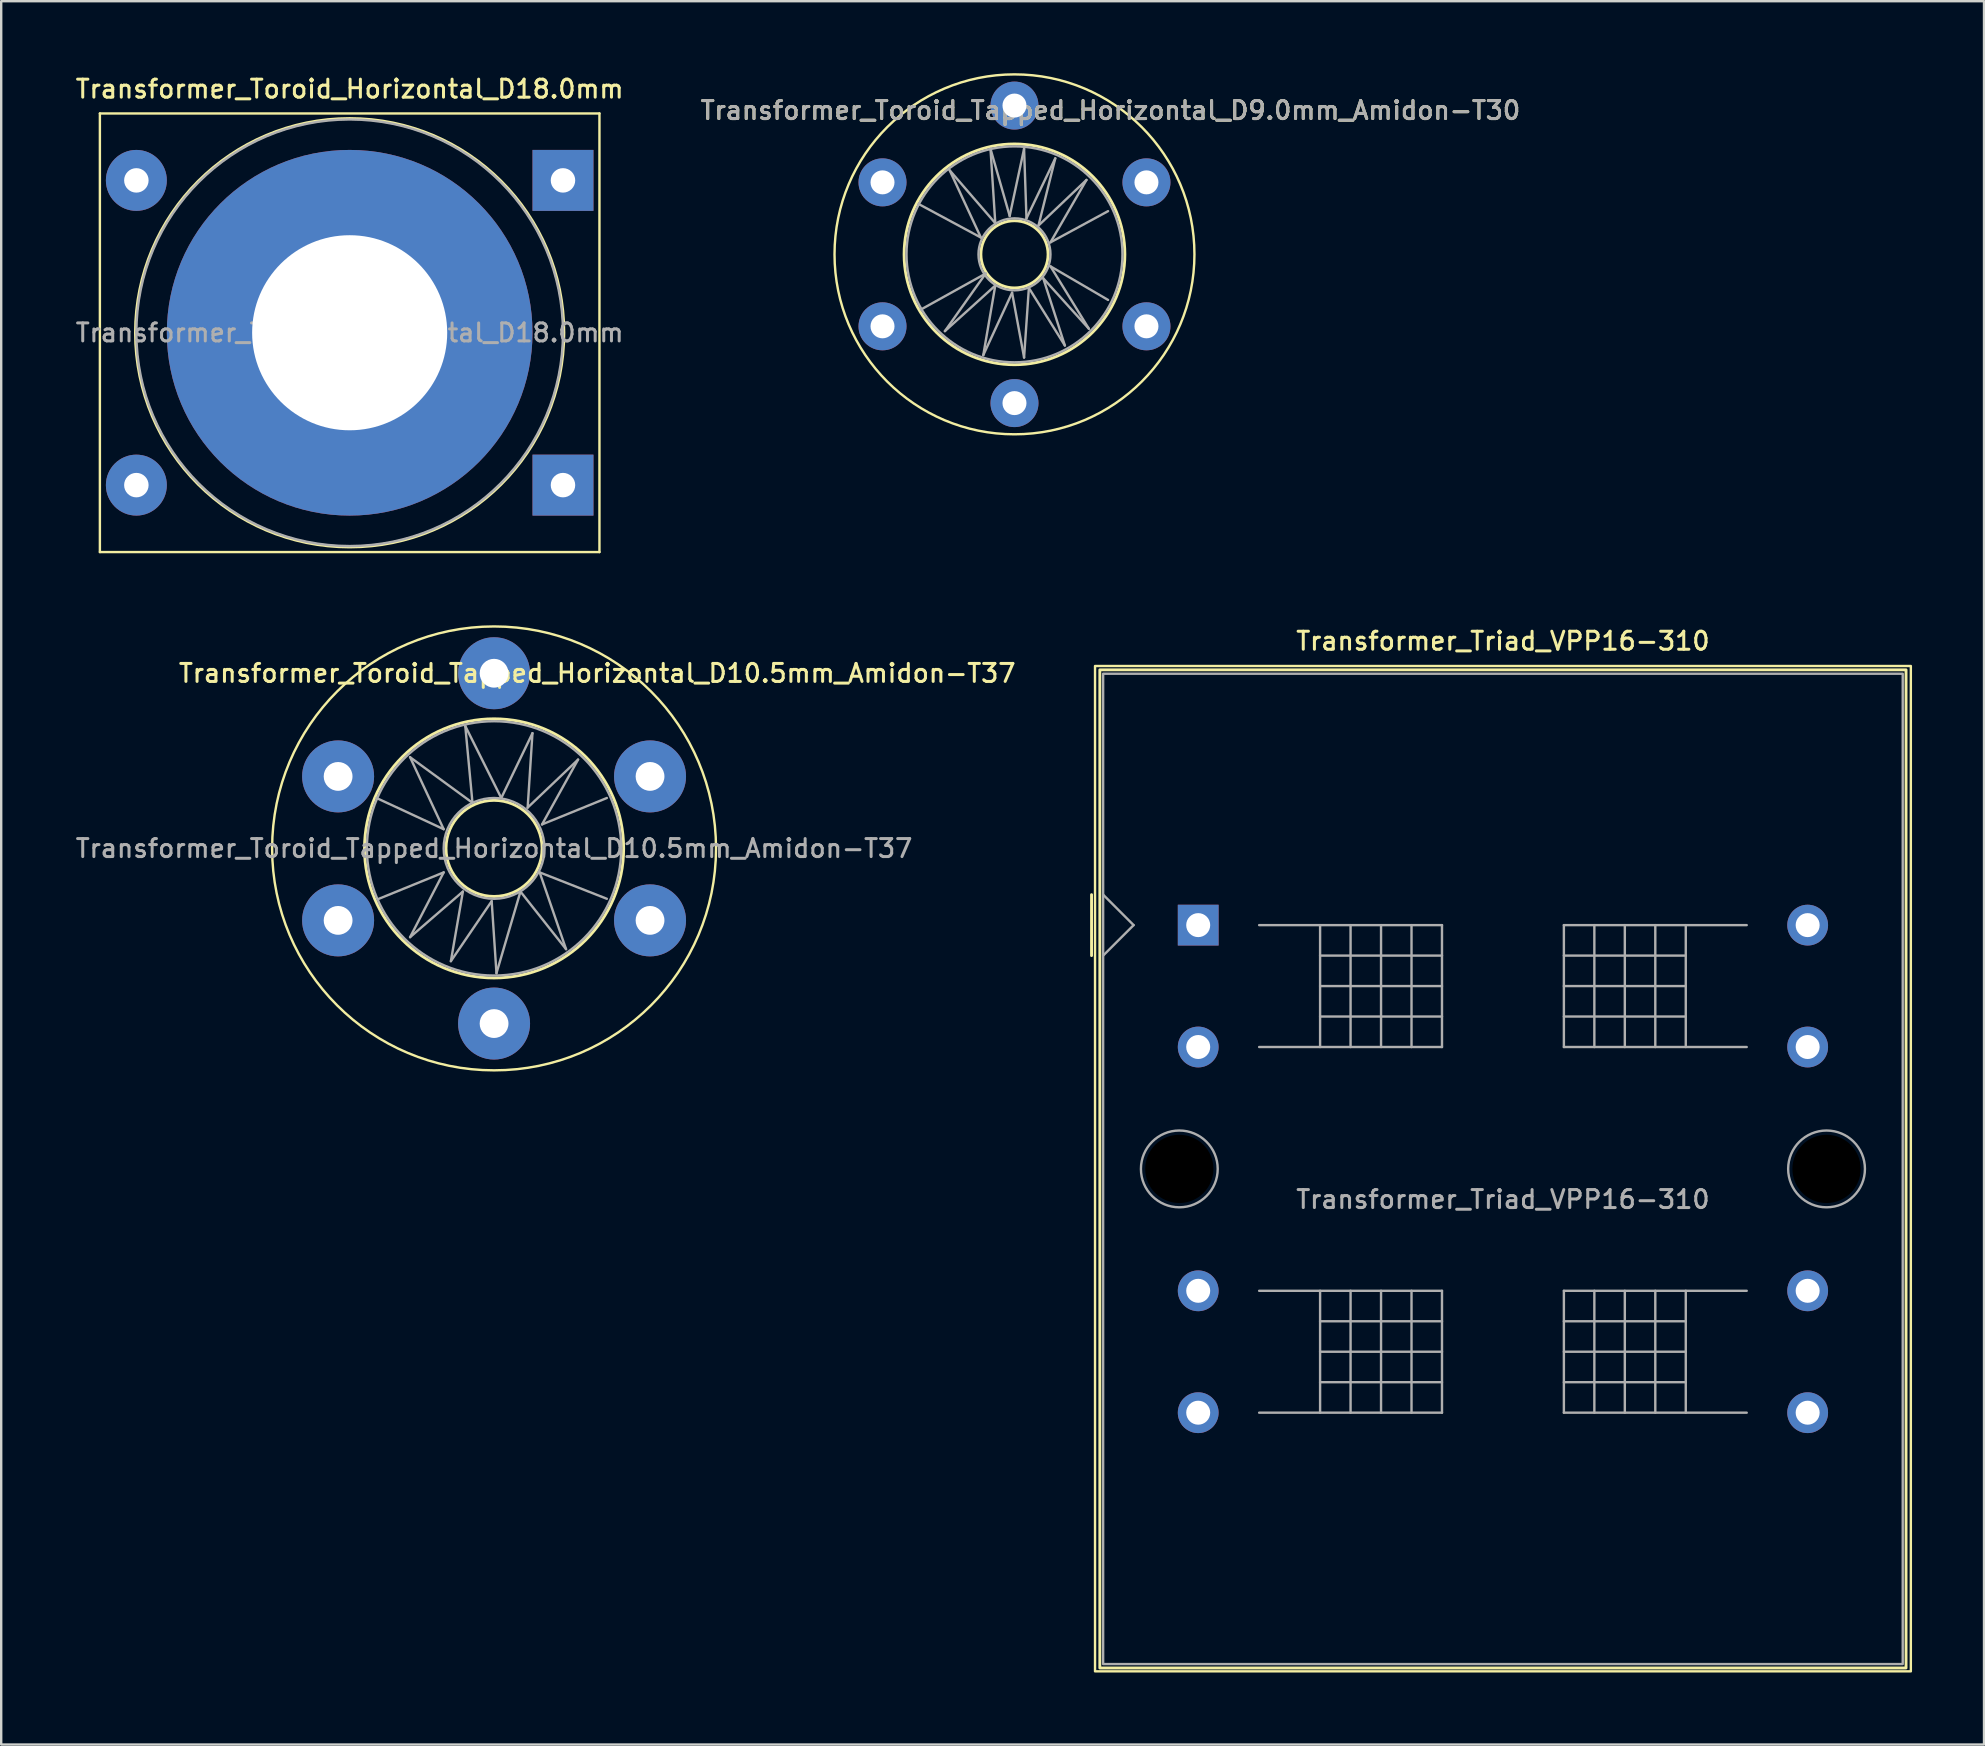
<source format=kicad_pcb>
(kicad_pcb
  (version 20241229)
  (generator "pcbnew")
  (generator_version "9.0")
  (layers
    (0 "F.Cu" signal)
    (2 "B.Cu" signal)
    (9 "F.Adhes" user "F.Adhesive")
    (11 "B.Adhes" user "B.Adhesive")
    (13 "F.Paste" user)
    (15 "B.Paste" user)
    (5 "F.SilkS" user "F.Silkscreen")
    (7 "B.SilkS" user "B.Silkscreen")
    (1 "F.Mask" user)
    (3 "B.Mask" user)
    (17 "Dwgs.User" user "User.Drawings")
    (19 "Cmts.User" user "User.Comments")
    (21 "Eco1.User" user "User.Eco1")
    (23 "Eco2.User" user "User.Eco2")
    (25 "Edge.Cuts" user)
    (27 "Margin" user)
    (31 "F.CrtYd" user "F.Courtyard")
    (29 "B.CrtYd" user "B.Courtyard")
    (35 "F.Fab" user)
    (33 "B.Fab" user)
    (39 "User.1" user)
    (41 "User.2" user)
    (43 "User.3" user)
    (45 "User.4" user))
  (footprint "Transformer_Triad_VPP16-310"
    (layer "F.Cu")
    (at 46.887 35.506)
    (property "Reference" "Transformer_Triad_VPP16-310" (at 12.7 -11.84 0) (unlocked yes) (layer "F.SilkS") (effects (font (size 0.75 0.75) (thickness 0.125))))
    (attr through_hole)
    (fp_line (start -4.445 -1.27) (end -4.445 1.27) (stroke (width 0.12) (type default)) (layer "F.SilkS"))
    (fp_rect (start -4.3 -10.8) (end 29.7 31.1) (stroke (width 0.1) (type default)) (fill no) (layer "F.SilkS"))
    (fp_rect (start -4.1 -10.64) (end 29.5 30.96) (stroke (width 0.12) (type default)) (fill no) (layer "F.SilkS"))
    (fp_line (start -3.962 1.27) (end -2.692 0) (stroke (width 0.1) (type default)) (layer "F.Fab"))
    (fp_line (start -2.692 0) (end -3.962 -1.27) (stroke (width 0.1) (type default)) (layer "F.Fab"))
    (fp_line (start 2.54 0) (end 10.16 0) (stroke (width 0.1) (type default)) (layer "F.Fab"))
    (fp_line (start 2.54 5.08) (end 10.16 5.08) (stroke (width 0.1) (type default)) (layer "F.Fab"))
    (fp_line (start 2.54 15.24) (end 10.16 15.24) (stroke (width 0.1) (type default)) (layer "F.Fab"))
    (fp_line (start 2.54 20.32) (end 10.16 20.32) (stroke (width 0.1) (type default)) (layer "F.Fab"))
    (fp_line (start 5.08 0) (end 5.08 5.08) (stroke (width 0.1) (type default)) (layer "F.Fab"))
    (fp_line (start 5.08 1.27) (end 10.16 1.27) (stroke (width 0.1) (type default)) (layer "F.Fab"))
    (fp_line (start 5.08 2.54) (end 10.16 2.54) (stroke (width 0.1) (type default)) (layer "F.Fab"))
    (fp_line (start 5.08 3.81) (end 10.16 3.81) (stroke (width 0.1) (type default)) (layer "F.Fab"))
    (fp_line (start 5.08 15.24) (end 5.08 20.32) (stroke (width 0.1) (type default)) (layer "F.Fab"))
    (fp_line (start 5.08 16.51) (end 10.16 16.51) (stroke (width 0.1) (type default)) (layer "F.Fab"))
    (fp_line (start 5.08 17.78) (end 10.16 17.78) (stroke (width 0.1) (type default)) (layer "F.Fab"))
    (fp_line (start 5.08 19.05) (end 10.16 19.05) (stroke (width 0.1) (type default)) (layer "F.Fab"))
    (fp_line (start 6.35 0) (end 6.35 5.08) (stroke (width 0.1) (type default)) (layer "F.Fab"))
    (fp_line (start 6.35 15.24) (end 6.35 20.32) (stroke (width 0.1) (type default)) (layer "F.Fab"))
    (fp_line (start 7.62 5.08) (end 7.62 0) (stroke (width 0.1) (type default)) (layer "F.Fab"))
    (fp_line (start 7.62 20.32) (end 7.62 15.24) (stroke (width 0.1) (type default)) (layer "F.Fab"))
    (fp_line (start 8.89 5.08) (end 8.89 0) (stroke (width 0.1) (type default)) (layer "F.Fab"))
    (fp_line (start 8.89 20.32) (end 8.89 15.24) (stroke (width 0.1) (type default)) (layer "F.Fab"))
    (fp_line (start 10.16 5.08) (end 10.16 0) (stroke (width 0.1) (type default)) (layer "F.Fab"))
    (fp_line (start 10.16 20.32) (end 10.16 15.24) (stroke (width 0.1) (type default)) (layer "F.Fab"))
    (fp_line (start 15.24 0) (end 15.24 5.08) (stroke (width 0.1) (type default)) (layer "F.Fab"))
    (fp_line (start 15.24 15.24) (end 15.24 20.32) (stroke (width 0.1) (type default)) (layer "F.Fab"))
    (fp_line (start 16.51 0) (end 16.51 5.08) (stroke (width 0.1) (type default)) (layer "F.Fab"))
    (fp_line (start 16.51 15.24) (end 16.51 20.32) (stroke (width 0.1) (type default)) (layer "F.Fab"))
    (fp_line (start 17.78 0) (end 17.78 5.08) (stroke (width 0.1) (type default)) (layer "F.Fab"))
    (fp_line (start 17.78 15.24) (end 17.78 20.32) (stroke (width 0.1) (type default)) (layer "F.Fab"))
    (fp_line (start 19.05 5.08) (end 19.05 0) (stroke (width 0.1) (type default)) (layer "F.Fab"))
    (fp_line (start 19.05 20.32) (end 19.05 15.24) (stroke (width 0.1) (type default)) (layer "F.Fab"))
    (fp_line (start 20.32 1.27) (end 15.24 1.27) (stroke (width 0.1) (type default)) (layer "F.Fab"))
    (fp_line (start 20.32 2.54) (end 15.24 2.54) (stroke (width 0.1) (type default)) (layer "F.Fab"))
    (fp_line (start 20.32 3.81) (end 15.24 3.81) (stroke (width 0.1) (type default)) (layer "F.Fab"))
    (fp_line (start 20.32 5.08) (end 20.32 0) (stroke (width 0.1) (type default)) (layer "F.Fab"))
    (fp_line (start 20.32 16.51) (end 15.24 16.51) (stroke (width 0.1) (type default)) (layer "F.Fab"))
    (fp_line (start 20.32 17.78) (end 15.24 17.78) (stroke (width 0.1) (type default)) (layer "F.Fab"))
    (fp_line (start 20.32 19.05) (end 15.24 19.05) (stroke (width 0.1) (type default)) (layer "F.Fab"))
    (fp_line (start 20.32 20.32) (end 20.32 15.24) (stroke (width 0.1) (type default)) (layer "F.Fab"))
    (fp_line (start 22.86 0) (end 15.24 0) (stroke (width 0.1) (type default)) (layer "F.Fab"))
    (fp_line (start 22.86 5.08) (end 15.24 5.08) (stroke (width 0.1) (type default)) (layer "F.Fab"))
    (fp_line (start 22.86 15.24) (end 15.24 15.24) (stroke (width 0.1) (type default)) (layer "F.Fab"))
    (fp_line (start 22.86 20.32) (end 15.24 20.32) (stroke (width 0.1) (type default)) (layer "F.Fab"))
    (fp_rect (start -3.962 -10.477) (end 29.362 30.797) (stroke (width 0.1) (type default)) (fill no) (layer "F.Fab"))
    (fp_circle (center -0.787 10.16) (end 0.813 10.16) (stroke (width 0.1) (type default)) (fill no) (layer "F.Fab"))
    (fp_circle (center 26.187 10.16) (end 27.787 10.16) (stroke (width 0.1) (type default)) (fill no) (layer "F.Fab"))
    (fp_text user "${REFERENCE}" (at 12.7 11.43 0) (unlocked yes) (layer "F.Fab") (effects (font (size 0.75 0.75) (thickness 0.125))))
    (pad "" np_thru_hole circle (at -0.787 10.16) (size 2.845 2.845) (drill 2.845) (layers "*.Mask"))
    (pad "" np_thru_hole circle (at 26.187 10.16) (size 2.845 2.845) (drill 2.845) (layers "*.Mask"))
    (pad "1" thru_hole rect (at 0 0) (size 1.7 1.7) (drill 1) (layers "*.Cu" "*.Mask"))
    (pad "3" thru_hole circle (at 0 5.08) (size 1.7 1.7) (drill 1) (layers "*.Cu" "*.Mask"))
    (pad "4" thru_hole circle (at 0 15.24) (size 1.7 1.7) (drill 1) (layers "*.Cu" "*.Mask"))
    (pad "6" thru_hole circle (at 0 20.32) (size 1.7 1.7) (drill 1) (layers "*.Cu" "*.Mask"))
    (pad "7" thru_hole circle (at 25.4 0) (size 1.7 1.7) (drill 1) (layers "*.Cu" "*.Mask"))
    (pad "9" thru_hole circle (at 25.4 5.08) (size 1.7 1.7) (drill 1) (layers "*.Cu" "*.Mask"))
    (pad "10" thru_hole circle (at 25.4 15.24) (size 1.7 1.7) (drill 1) (layers "*.Cu" "*.Mask"))
    (pad "12" thru_hole circle (at 25.4 20.32) (size 1.7 1.7) (drill 1) (layers "*.Cu" "*.Mask")))
  (footprint "Transformer_Toroid_Tapped_Horizontal_D10.5mm_Amidon-T37"
    (layer "F.Cu")
    (at 11.041 35.308)
    (property "Reference" "Transformer_Toroid_Tapped_Horizontal_D10.5mm_Amidon-T37" (at 10.8 -10.3 0) (layer "F.SilkS") (effects (font (size 0.75 0.75) (thickness 0.125))))
    (attr through_hole)
    (fp_circle (center 6.5 -3) (end 6.5 -12.25) (stroke (width 0.1) (type solid)) (fill no) (layer "F.SilkS"))
    (fp_circle (center 6.5 -3) (end 8.5 -3.1) (stroke (width 0.12) (type solid)) (fill no) (layer "F.SilkS"))
    (fp_circle (center 6.5 -3) (end 11.9 -3) (stroke (width 0.12) (type solid)) (fill no) (layer "F.SilkS"))
    (fp_line (start 1.6 -5.1) (end 4.4 -3.8) (stroke (width 0.1) (type solid)) (layer "F.Fab"))
    (fp_line (start 1.7 -0.9) (end 4.4 -2) (stroke (width 0.1) (type solid)) (layer "F.Fab"))
    (fp_line (start 3 -6.8) (end 5.6 -4.9) (stroke (width 0.1) (type solid)) (layer "F.Fab"))
    (fp_line (start 3 0.7) (end 5.2 -1.2) (stroke (width 0.1) (type solid)) (layer "F.Fab"))
    (fp_line (start 4.4 -3.8) (end 3 -6.8) (stroke (width 0.1) (type solid)) (layer "F.Fab"))
    (fp_line (start 4.4 -2) (end 3 0.7) (stroke (width 0.1) (type solid)) (layer "F.Fab"))
    (fp_line (start 4.7 1.7) (end 6.4 -0.8) (stroke (width 0.1) (type solid)) (layer "F.Fab"))
    (fp_line (start 5.2 -1.2) (end 4.7 1.7) (stroke (width 0.1) (type solid)) (layer "F.Fab"))
    (fp_line (start 5.3 -8.1) (end 6.8 -5.1) (stroke (width 0.1) (type solid)) (layer "F.Fab"))
    (fp_line (start 5.6 -4.9) (end 5.3 -8.1) (stroke (width 0.1) (type solid)) (layer "F.Fab"))
    (fp_line (start 6.4 -0.8) (end 6.6 2.2) (stroke (width 0.1) (type solid)) (layer "F.Fab"))
    (fp_line (start 6.6 2.2) (end 7.6 -1.2) (stroke (width 0.1) (type solid)) (layer "F.Fab"))
    (fp_line (start 6.8 -5.1) (end 8.1 -7.8) (stroke (width 0.1) (type solid)) (layer "F.Fab"))
    (fp_line (start 7.6 -1.2) (end 9.5 1.2) (stroke (width 0.1) (type solid)) (layer "F.Fab"))
    (fp_line (start 7.9 -4.7) (end 10 -6.7) (stroke (width 0.1) (type solid)) (layer "F.Fab"))
    (fp_line (start 8.1 -7.8) (end 7.9 -4.7) (stroke (width 0.1) (type solid)) (layer "F.Fab"))
    (fp_line (start 8.4 -2) (end 11.2 -0.9) (stroke (width 0.1) (type solid)) (layer "F.Fab"))
    (fp_line (start 8.5 -4) (end 11.2 -5.1) (stroke (width 0.1) (type solid)) (layer "F.Fab"))
    (fp_line (start 9.5 1.2) (end 8.4 -2) (stroke (width 0.1) (type solid)) (layer "F.Fab"))
    (fp_line (start 10 -6.7) (end 8.5 -4) (stroke (width 0.1) (type solid)) (layer "F.Fab"))
    (fp_circle (center 6.5 -3) (end 8.6 -3) (stroke (width 0.1) (type solid)) (fill no) (layer "F.Fab"))
    (fp_circle (center 6.5 -3) (end 11.8 -3) (stroke (width 0.1) (type solid)) (fill no) (layer "F.Fab"))
    (fp_text user "${REFERENCE}" (at 6.5 -3 0) (layer "F.Fab") (effects (font (size 0.75 0.75) (thickness 0.125))))
    (pad "1" thru_hole circle (at 0 0) (size 3 3) (drill 1.2) (layers "*.Cu" "*.Mask"))
    (pad "2" thru_hole circle (at 6.5 4.3) (size 3 3) (drill 1.2) (layers "*.Cu" "*.Mask"))
    (pad "3" thru_hole circle (at 13 0) (size 3 3) (drill 1.2) (layers "*.Cu" "*.Mask"))
    (pad "4" thru_hole circle (at 0 -6) (size 3 3) (drill 1.2) (layers "*.Cu" "*.Mask"))
    (pad "5" thru_hole circle (at 6.5 -10.3) (size 3 3) (drill 1.2) (layers "*.Cu" "*.Mask"))
    (pad "6" thru_hole circle (at 13 -6) (size 3 3) (drill 1.2) (layers "*.Cu" "*.Mask")))
  (footprint "Transformer_Toroid_Tapped_Horizontal_D9.0mm_Amidon-T30"
    (layer "F.Cu")
    (at 33.73 10.55)
    (property "Reference" "Transformer_Toroid_Tapped_Horizontal_D9.0mm_Amidon-T30" (at 9.5 -9 0) (layer "F.SilkS") (effects (font (size 0.75 0.75) (thickness 0.125))))
    (attr through_hole)
    (fp_circle (center 5.5 -3) (end 5.5 -7.6) (stroke (width 0.12) (type solid)) (fill no) (layer "F.SilkS"))
    (fp_circle (center 5.5 -3) (end 5.5 -4.4) (stroke (width 0.12) (type solid)) (fill no) (layer "F.SilkS"))
    (fp_circle (center 5.5 -3) (end 5.5 4.5) (stroke (width 0.1) (type solid)) (fill no) (layer "F.SilkS"))
    (fp_line (start 1.5 -5.1) (end 4.1 -3.7) (stroke (width 0.1) (type solid)) (layer "F.Fab"))
    (fp_line (start 1.6 -0.7) (end 4.3 -2.2) (stroke (width 0.1) (type solid)) (layer "F.Fab"))
    (fp_line (start 2.6 0.2) (end 4.7 -1.7) (stroke (width 0.1) (type solid)) (layer "F.Fab"))
    (fp_line (start 2.8 -6.5) (end 4.7 -4.3) (stroke (width 0.1) (type solid)) (layer "F.Fab"))
    (fp_line (start 4.1 -3.7) (end 2.8 -6.5) (stroke (width 0.1) (type solid)) (layer "F.Fab"))
    (fp_line (start 4.2 1.2) (end 5.4 -1.4) (stroke (width 0.1) (type solid)) (layer "F.Fab"))
    (fp_line (start 4.3 -2.2) (end 2.6 0.2) (stroke (width 0.1) (type solid)) (layer "F.Fab"))
    (fp_line (start 4.5 -7.4) (end 5.3 -4.6) (stroke (width 0.1) (type solid)) (layer "F.Fab"))
    (fp_line (start 4.7 -4.3) (end 4.5 -7.4) (stroke (width 0.1) (type solid)) (layer "F.Fab"))
    (fp_line (start 4.7 -1.7) (end 4.2 1.2) (stroke (width 0.1) (type solid)) (layer "F.Fab"))
    (fp_line (start 5.3 -4.6) (end 5.9 -7.4) (stroke (width 0.1) (type solid)) (layer "F.Fab"))
    (fp_line (start 5.4 -1.4) (end 5.9 1.3) (stroke (width 0.1) (type solid)) (layer "F.Fab"))
    (fp_line (start 5.9 -7.4) (end 6 -4.5) (stroke (width 0.1) (type solid)) (layer "F.Fab"))
    (fp_line (start 5.9 1.3) (end 6.1 -1.6) (stroke (width 0.1) (type solid)) (layer "F.Fab"))
    (fp_line (start 6 -4.5) (end 7.2 -7) (stroke (width 0.1) (type solid)) (layer "F.Fab"))
    (fp_line (start 6.1 -1.6) (end 7.6 0.8) (stroke (width 0.1) (type solid)) (layer "F.Fab"))
    (fp_line (start 6.5 -4.2) (end 8.5 -6.1) (stroke (width 0.1) (type solid)) (layer "F.Fab"))
    (fp_line (start 6.7 -2) (end 8.6 0.1) (stroke (width 0.1) (type solid)) (layer "F.Fab"))
    (fp_line (start 7 -3.5) (end 9.4 -4.8) (stroke (width 0.1) (type solid)) (layer "F.Fab"))
    (fp_line (start 7 -2.5) (end 9.4 -1.1) (stroke (width 0.1) (type solid)) (layer "F.Fab"))
    (fp_line (start 7.2 -7) (end 6.5 -4.2) (stroke (width 0.1) (type solid)) (layer "F.Fab"))
    (fp_line (start 7.6 0.8) (end 6.7 -2) (stroke (width 0.1) (type solid)) (layer "F.Fab"))
    (fp_line (start 8.5 -6.1) (end 7 -3.5) (stroke (width 0.1) (type solid)) (layer "F.Fab"))
    (fp_line (start 8.6 0.1) (end 7 -2.5) (stroke (width 0.1) (type solid)) (layer "F.Fab"))
    (fp_circle (center 5.5 -3) (end 7 -3) (stroke (width 0.1) (type solid)) (fill no) (layer "F.Fab"))
    (fp_circle (center 5.5 -3) (end 10 -3) (stroke (width 0.1) (type solid)) (fill no) (layer "F.Fab"))
    (fp_text user "${REFERENCE}" (at 9.5 -9 0) (layer "F.Fab") (effects (font (size 0.75 0.75) (thickness 0.125))))
    (pad "1" thru_hole circle (at 0 0) (size 2 2) (drill 1) (layers "*.Cu" "*.Mask"))
    (pad "2" thru_hole circle (at 5.5 3.2) (size 2 2) (drill 1) (layers "*.Cu" "*.Mask"))
    (pad "3" thru_hole circle (at 11 0) (size 2 2) (drill 1) (layers "*.Cu" "*.Mask"))
    (pad "4" thru_hole circle (at 0 -6) (size 2 2) (drill 1) (layers "*.Cu" "*.Mask"))
    (pad "5" thru_hole circle (at 5.5 -9.2) (size 2 2) (drill 1) (layers "*.Cu" "*.Mask"))
    (pad "6" thru_hole circle (at 11 -6) (size 2 2) (drill 1) (layers "*.Cu" "*.Mask")))
  (footprint "Transformer_Toroid_Horizontal_D18.0mm"
    (layer "F.Cu")
    (at 2.633 4.468)
    (property "Reference" "Transformer_Toroid_Horizontal_D18.0mm" (at 8.89 -3.81 0) (layer "F.SilkS") (effects (font (size 0.75 0.75) (thickness 0.125))))
    (attr through_hole)
    (fp_line (start -1.52 -2.79) (end -1.52 15.49) (stroke (width 0.1) (type solid)) (layer "F.SilkS"))
    (fp_line (start -1.52 -2.79) (end 19.3 -2.79) (stroke (width 0.1) (type solid)) (layer "F.SilkS"))
    (fp_line (start 19.3 15.49) (end -1.52 15.49) (stroke (width 0.1) (type solid)) (layer "F.SilkS"))
    (fp_line (start 19.3 15.49) (end 19.3 -2.79) (stroke (width 0.1) (type solid)) (layer "F.SilkS"))
    (fp_circle (center 8.89 6.35) (end 17.49 8.75) (stroke (width 0.12) (type solid)) (fill no) (layer "F.SilkS"))
    (fp_circle (center 8.89 6.35) (end 17.78 6.35) (stroke (width 0.1) (type solid)) (fill no) (layer "F.Fab"))
    (fp_text user "${REFERENCE}" (at 8.89 6.35 0) (layer "F.Fab") (effects (font (size 0.75 0.75) (thickness 0.125))))
    (pad "" thru_hole circle (at 8.89 6.35) (size 15.24 15.24) (drill 8.13) (layers "*.Cu" "*.Mask"))
    (pad "1" thru_hole circle (at 0 0) (size 2.54 2.54) (drill 1.02) (layers "*.Cu" "*.Mask"))
    (pad "2" thru_hole circle (at 0 12.7) (size 2.54 2.54) (drill 1.02) (layers "*.Cu" "*.Mask"))
    (pad "3" thru_hole rect (at 17.78 0) (size 2.54 2.54) (drill 1.02) (layers "*.Cu" "*.Mask"))
    (pad "4" thru_hole rect (at 17.78 12.7) (size 2.54 2.54) (drill 1.02) (layers "*.Cu" "*.Mask")))
  (gr_rect
    (start -3 -3)
    (end 79.637 69.656)
    (stroke (width 0.1) (type default))
    (fill no)
    (layer "Edge.Cuts")))
</source>
